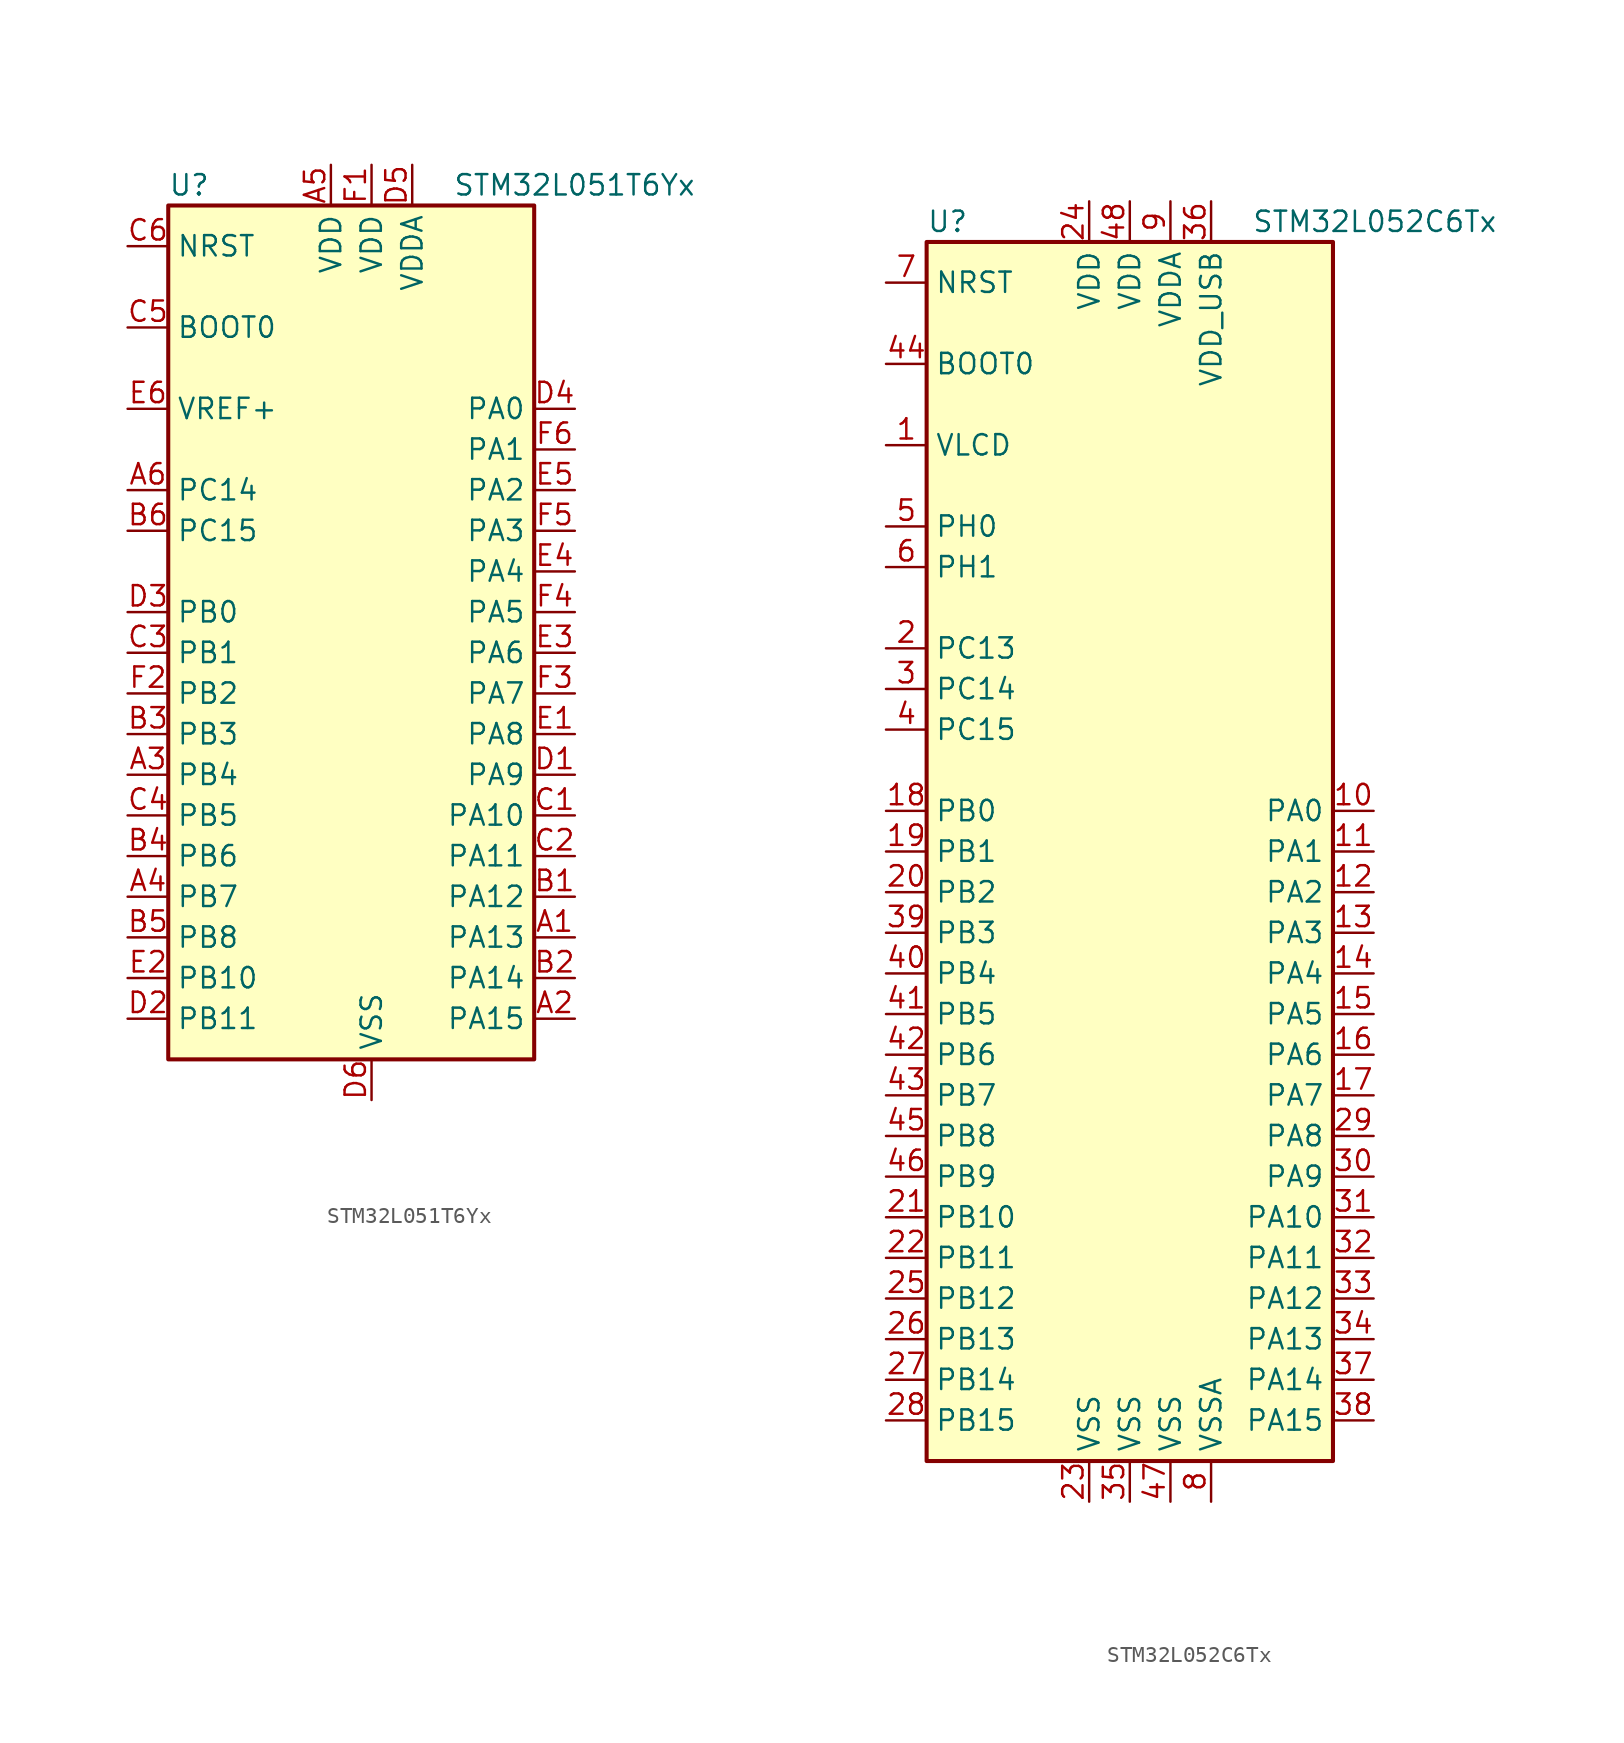
<source format=kicad_sym>
(kicad_symbol_lib
  (version 20201005)
  (generator kicad_symbol_editor)
  (symbol "MCU_ST_STM32L0:STM32L051T6Yx"
    (property "Reference" "U"
      (at -12.7 26.67 0)
      (effects (font (size 1.27 1.27)) (justify left)))
    (property "Value" "STM32L051T6Yx"
      (at 5.08 26.67 0)
      (effects (font (size 1.27 1.27)) (justify left)))
    (symbol "STM32L051T6Yx_0_1"
      (rectangle (start -12.7 -27.94) (end 10.16 25.4) (stroke (width 0.254)) (fill (type background))))
    (symbol "STM32L051T6Yx_1_1"
      (pin input line (at -15.24 17.78 0) (length 2.54) (name "BOOT0" (effects (font (size 1.27 1.27)))) (number "C5" (effects (font (size 1.27 1.27)))))
      (pin input line (at -15.24 22.86 0) (length 2.54) (name "NRST" (effects (font (size 1.27 1.27)))) (number "C6" (effects (font (size 1.27 1.27)))))
      (pin bidirectional line (at 12.7 12.7 180) (length 2.54) (name "PA0" (effects (font (size 1.27 1.27)))) (number "D4" (effects (font (size 1.27 1.27)))))
      (pin bidirectional line (at 12.7 10.16 180) (length 2.54) (name "PA1" (effects (font (size 1.27 1.27)))) (number "F6" (effects (font (size 1.27 1.27)))))
      (pin bidirectional line (at 12.7 -12.7 180) (length 2.54) (name "PA10" (effects (font (size 1.27 1.27)))) (number "C1" (effects (font (size 1.27 1.27)))))
      (pin bidirectional line (at 12.7 -15.24 180) (length 2.54) (name "PA11" (effects (font (size 1.27 1.27)))) (number "C2" (effects (font (size 1.27 1.27)))))
      (pin bidirectional line (at 12.7 -17.78 180) (length 2.54) (name "PA12" (effects (font (size 1.27 1.27)))) (number "B1" (effects (font (size 1.27 1.27)))))
      (pin bidirectional line (at 12.7 -20.32 180) (length 2.54) (name "PA13" (effects (font (size 1.27 1.27)))) (number "A1" (effects (font (size 1.27 1.27)))))
      (pin bidirectional line (at 12.7 -22.86 180) (length 2.54) (name "PA14" (effects (font (size 1.27 1.27)))) (number "B2" (effects (font (size 1.27 1.27)))))
      (pin bidirectional line (at 12.7 -25.4 180) (length 2.54) (name "PA15" (effects (font (size 1.27 1.27)))) (number "A2" (effects (font (size 1.27 1.27)))))
      (pin bidirectional line (at 12.7 7.62 180) (length 2.54) (name "PA2" (effects (font (size 1.27 1.27)))) (number "E5" (effects (font (size 1.27 1.27)))))
      (pin bidirectional line (at 12.7 5.08 180) (length 2.54) (name "PA3" (effects (font (size 1.27 1.27)))) (number "F5" (effects (font (size 1.27 1.27)))))
      (pin bidirectional line (at 12.7 2.54 180) (length 2.54) (name "PA4" (effects (font (size 1.27 1.27)))) (number "E4" (effects (font (size 1.27 1.27)))))
      (pin bidirectional line (at 12.7 0 180) (length 2.54) (name "PA5" (effects (font (size 1.27 1.27)))) (number "F4" (effects (font (size 1.27 1.27)))))
      (pin bidirectional line (at 12.7 -2.54 180) (length 2.54) (name "PA6" (effects (font (size 1.27 1.27)))) (number "E3" (effects (font (size 1.27 1.27)))))
      (pin bidirectional line (at 12.7 -5.08 180) (length 2.54) (name "PA7" (effects (font (size 1.27 1.27)))) (number "F3" (effects (font (size 1.27 1.27)))))
      (pin bidirectional line (at 12.7 -7.62 180) (length 2.54) (name "PA8" (effects (font (size 1.27 1.27)))) (number "E1" (effects (font (size 1.27 1.27)))))
      (pin bidirectional line (at 12.7 -10.16 180) (length 2.54) (name "PA9" (effects (font (size 1.27 1.27)))) (number "D1" (effects (font (size 1.27 1.27)))))
      (pin bidirectional line (at -15.24 0 0) (length 2.54) (name "PB0" (effects (font (size 1.27 1.27)))) (number "D3" (effects (font (size 1.27 1.27)))))
      (pin bidirectional line (at -15.24 -2.54 0) (length 2.54) (name "PB1" (effects (font (size 1.27 1.27)))) (number "C3" (effects (font (size 1.27 1.27)))))
      (pin bidirectional line (at -15.24 -22.86 0) (length 2.54) (name "PB10" (effects (font (size 1.27 1.27)))) (number "E2" (effects (font (size 1.27 1.27)))))
      (pin bidirectional line (at -15.24 -25.4 0) (length 2.54) (name "PB11" (effects (font (size 1.27 1.27)))) (number "D2" (effects (font (size 1.27 1.27)))))
      (pin bidirectional line (at -15.24 -5.08 0) (length 2.54) (name "PB2" (effects (font (size 1.27 1.27)))) (number "F2" (effects (font (size 1.27 1.27)))))
      (pin bidirectional line (at -15.24 -7.62 0) (length 2.54) (name "PB3" (effects (font (size 1.27 1.27)))) (number "B3" (effects (font (size 1.27 1.27)))))
      (pin bidirectional line (at -15.24 -10.16 0) (length 2.54) (name "PB4" (effects (font (size 1.27 1.27)))) (number "A3" (effects (font (size 1.27 1.27)))))
      (pin bidirectional line (at -15.24 -12.7 0) (length 2.54) (name "PB5" (effects (font (size 1.27 1.27)))) (number "C4" (effects (font (size 1.27 1.27)))))
      (pin bidirectional line (at -15.24 -15.24 0) (length 2.54) (name "PB6" (effects (font (size 1.27 1.27)))) (number "B4" (effects (font (size 1.27 1.27)))))
      (pin bidirectional line (at -15.24 -17.78 0) (length 2.54) (name "PB7" (effects (font (size 1.27 1.27)))) (number "A4" (effects (font (size 1.27 1.27)))))
      (pin bidirectional line (at -15.24 -20.32 0) (length 2.54) (name "PB8" (effects (font (size 1.27 1.27)))) (number "B5" (effects (font (size 1.27 1.27)))))
      (pin bidirectional line (at -15.24 7.62 0) (length 2.54) (name "PC14" (effects (font (size 1.27 1.27)))) (number "A6" (effects (font (size 1.27 1.27)))))
      (pin bidirectional line (at -15.24 5.08 0) (length 2.54) (name "PC15" (effects (font (size 1.27 1.27)))) (number "B6" (effects (font (size 1.27 1.27)))))
      (pin power_in line (at -2.54 27.94 270) (length 2.54) (name "VDD" (effects (font (size 1.27 1.27)))) (number "A5" (effects (font (size 1.27 1.27)))))
      (pin power_in line (at 0 27.94 270) (length 2.54) (name "VDD" (effects (font (size 1.27 1.27)))) (number "F1" (effects (font (size 1.27 1.27)))))
      (pin power_in line (at 2.54 27.94 270) (length 2.54) (name "VDDA" (effects (font (size 1.27 1.27)))) (number "D5" (effects (font (size 1.27 1.27)))))
      (pin power_in line (at -15.24 12.7 0) (length 2.54) (name "VREF+" (effects (font (size 1.27 1.27)))) (number "E6" (effects (font (size 1.27 1.27)))))
      (pin power_in line (at 0 -30.48 90) (length 2.54) (name "VSS" (effects (font (size 1.27 1.27)))) (number "D6" (effects (font (size 1.27 1.27)))))))
  (symbol "MCU_ST_STM32L0:STM32L052C6Tx"
    (property "Reference" "U"
      (at -12.7 39.37 0)
      (effects (font (size 1.27 1.27)) (justify left)))
    (property "Value" "STM32L052C6Tx"
      (at 7.62 39.37 0)
      (effects (font (size 1.27 1.27)) (justify left)))
    (symbol "STM32L052C6Tx_0_1"
      (rectangle (start -12.7 -38.1) (end 12.7 38.1) (stroke (width 0.254)) (fill (type background))))
    (symbol "STM32L052C6Tx_1_1"
      (pin input line (at -15.24 30.48 0) (length 2.54) (name "BOOT0" (effects (font (size 1.27 1.27)))) (number "44" (effects (font (size 1.27 1.27)))))
      (pin input line (at -15.24 35.56 0) (length 2.54) (name "NRST" (effects (font (size 1.27 1.27)))) (number "7" (effects (font (size 1.27 1.27)))))
      (pin bidirectional line (at 15.24 2.54 180) (length 2.54) (name "PA0" (effects (font (size 1.27 1.27)))) (number "10" (effects (font (size 1.27 1.27)))))
      (pin bidirectional line (at 15.24 0 180) (length 2.54) (name "PA1" (effects (font (size 1.27 1.27)))) (number "11" (effects (font (size 1.27 1.27)))))
      (pin bidirectional line (at 15.24 -22.86 180) (length 2.54) (name "PA10" (effects (font (size 1.27 1.27)))) (number "31" (effects (font (size 1.27 1.27)))))
      (pin bidirectional line (at 15.24 -25.4 180) (length 2.54) (name "PA11" (effects (font (size 1.27 1.27)))) (number "32" (effects (font (size 1.27 1.27)))))
      (pin bidirectional line (at 15.24 -27.94 180) (length 2.54) (name "PA12" (effects (font (size 1.27 1.27)))) (number "33" (effects (font (size 1.27 1.27)))))
      (pin bidirectional line (at 15.24 -30.48 180) (length 2.54) (name "PA13" (effects (font (size 1.27 1.27)))) (number "34" (effects (font (size 1.27 1.27)))))
      (pin bidirectional line (at 15.24 -33.02 180) (length 2.54) (name "PA14" (effects (font (size 1.27 1.27)))) (number "37" (effects (font (size 1.27 1.27)))))
      (pin bidirectional line (at 15.24 -35.56 180) (length 2.54) (name "PA15" (effects (font (size 1.27 1.27)))) (number "38" (effects (font (size 1.27 1.27)))))
      (pin bidirectional line (at 15.24 -2.54 180) (length 2.54) (name "PA2" (effects (font (size 1.27 1.27)))) (number "12" (effects (font (size 1.27 1.27)))))
      (pin bidirectional line (at 15.24 -5.08 180) (length 2.54) (name "PA3" (effects (font (size 1.27 1.27)))) (number "13" (effects (font (size 1.27 1.27)))))
      (pin bidirectional line (at 15.24 -7.62 180) (length 2.54) (name "PA4" (effects (font (size 1.27 1.27)))) (number "14" (effects (font (size 1.27 1.27)))))
      (pin bidirectional line (at 15.24 -10.16 180) (length 2.54) (name "PA5" (effects (font (size 1.27 1.27)))) (number "15" (effects (font (size 1.27 1.27)))))
      (pin bidirectional line (at 15.24 -12.7 180) (length 2.54) (name "PA6" (effects (font (size 1.27 1.27)))) (number "16" (effects (font (size 1.27 1.27)))))
      (pin bidirectional line (at 15.24 -15.24 180) (length 2.54) (name "PA7" (effects (font (size 1.27 1.27)))) (number "17" (effects (font (size 1.27 1.27)))))
      (pin bidirectional line (at 15.24 -17.78 180) (length 2.54) (name "PA8" (effects (font (size 1.27 1.27)))) (number "29" (effects (font (size 1.27 1.27)))))
      (pin bidirectional line (at 15.24 -20.32 180) (length 2.54) (name "PA9" (effects (font (size 1.27 1.27)))) (number "30" (effects (font (size 1.27 1.27)))))
      (pin bidirectional line (at -15.24 2.54 0) (length 2.54) (name "PB0" (effects (font (size 1.27 1.27)))) (number "18" (effects (font (size 1.27 1.27)))))
      (pin bidirectional line (at -15.24 0 0) (length 2.54) (name "PB1" (effects (font (size 1.27 1.27)))) (number "19" (effects (font (size 1.27 1.27)))))
      (pin bidirectional line (at -15.24 -22.86 0) (length 2.54) (name "PB10" (effects (font (size 1.27 1.27)))) (number "21" (effects (font (size 1.27 1.27)))))
      (pin bidirectional line (at -15.24 -25.4 0) (length 2.54) (name "PB11" (effects (font (size 1.27 1.27)))) (number "22" (effects (font (size 1.27 1.27)))))
      (pin bidirectional line (at -15.24 -27.94 0) (length 2.54) (name "PB12" (effects (font (size 1.27 1.27)))) (number "25" (effects (font (size 1.27 1.27)))))
      (pin bidirectional line (at -15.24 -30.48 0) (length 2.54) (name "PB13" (effects (font (size 1.27 1.27)))) (number "26" (effects (font (size 1.27 1.27)))))
      (pin bidirectional line (at -15.24 -33.02 0) (length 2.54) (name "PB14" (effects (font (size 1.27 1.27)))) (number "27" (effects (font (size 1.27 1.27)))))
      (pin bidirectional line (at -15.24 -35.56 0) (length 2.54) (name "PB15" (effects (font (size 1.27 1.27)))) (number "28" (effects (font (size 1.27 1.27)))))
      (pin bidirectional line (at -15.24 -2.54 0) (length 2.54) (name "PB2" (effects (font (size 1.27 1.27)))) (number "20" (effects (font (size 1.27 1.27)))))
      (pin bidirectional line (at -15.24 -5.08 0) (length 2.54) (name "PB3" (effects (font (size 1.27 1.27)))) (number "39" (effects (font (size 1.27 1.27)))))
      (pin bidirectional line (at -15.24 -7.62 0) (length 2.54) (name "PB4" (effects (font (size 1.27 1.27)))) (number "40" (effects (font (size 1.27 1.27)))))
      (pin bidirectional line (at -15.24 -10.16 0) (length 2.54) (name "PB5" (effects (font (size 1.27 1.27)))) (number "41" (effects (font (size 1.27 1.27)))))
      (pin bidirectional line (at -15.24 -12.7 0) (length 2.54) (name "PB6" (effects (font (size 1.27 1.27)))) (number "42" (effects (font (size 1.27 1.27)))))
      (pin bidirectional line (at -15.24 -15.24 0) (length 2.54) (name "PB7" (effects (font (size 1.27 1.27)))) (number "43" (effects (font (size 1.27 1.27)))))
      (pin bidirectional line (at -15.24 -17.78 0) (length 2.54) (name "PB8" (effects (font (size 1.27 1.27)))) (number "45" (effects (font (size 1.27 1.27)))))
      (pin bidirectional line (at -15.24 -20.32 0) (length 2.54) (name "PB9" (effects (font (size 1.27 1.27)))) (number "46" (effects (font (size 1.27 1.27)))))
      (pin bidirectional line (at -15.24 12.7 0) (length 2.54) (name "PC13" (effects (font (size 1.27 1.27)))) (number "2" (effects (font (size 1.27 1.27)))))
      (pin bidirectional line (at -15.24 10.16 0) (length 2.54) (name "PC14" (effects (font (size 1.27 1.27)))) (number "3" (effects (font (size 1.27 1.27)))))
      (pin bidirectional line (at -15.24 7.62 0) (length 2.54) (name "PC15" (effects (font (size 1.27 1.27)))) (number "4" (effects (font (size 1.27 1.27)))))
      (pin input line (at -15.24 20.32 0) (length 2.54) (name "PH0" (effects (font (size 1.27 1.27)))) (number "5" (effects (font (size 1.27 1.27)))))
      (pin input line (at -15.24 17.78 0) (length 2.54) (name "PH1" (effects (font (size 1.27 1.27)))) (number "6" (effects (font (size 1.27 1.27)))))
      (pin power_in line (at -2.54 40.64 270) (length 2.54) (name "VDD" (effects (font (size 1.27 1.27)))) (number "24" (effects (font (size 1.27 1.27)))))
      (pin power_in line (at 0 40.64 270) (length 2.54) (name "VDD" (effects (font (size 1.27 1.27)))) (number "48" (effects (font (size 1.27 1.27)))))
      (pin power_in line (at 2.54 40.64 270) (length 2.54) (name "VDDA" (effects (font (size 1.27 1.27)))) (number "9" (effects (font (size 1.27 1.27)))))
      (pin power_in line (at 5.08 40.64 270) (length 2.54) (name "VDD_USB" (effects (font (size 1.27 1.27)))) (number "36" (effects (font (size 1.27 1.27)))))
      (pin power_in line (at -15.24 25.4 0) (length 2.54) (name "VLCD" (effects (font (size 1.27 1.27)))) (number "1" (effects (font (size 1.27 1.27)))))
      (pin power_in line (at -2.54 -40.64 90) (length 2.54) (name "VSS" (effects (font (size 1.27 1.27)))) (number "23" (effects (font (size 1.27 1.27)))))
      (pin power_in line (at 0 -40.64 90) (length 2.54) (name "VSS" (effects (font (size 1.27 1.27)))) (number "35" (effects (font (size 1.27 1.27)))))
      (pin power_in line (at 2.54 -40.64 90) (length 2.54) (name "VSS" (effects (font (size 1.27 1.27)))) (number "47" (effects (font (size 1.27 1.27)))))
      (pin power_in line (at 5.08 -40.64 90) (length 2.54) (name "VSSA" (effects (font (size 1.27 1.27)))) (number "8" (effects (font (size 1.27 1.27))))))))
</source>
